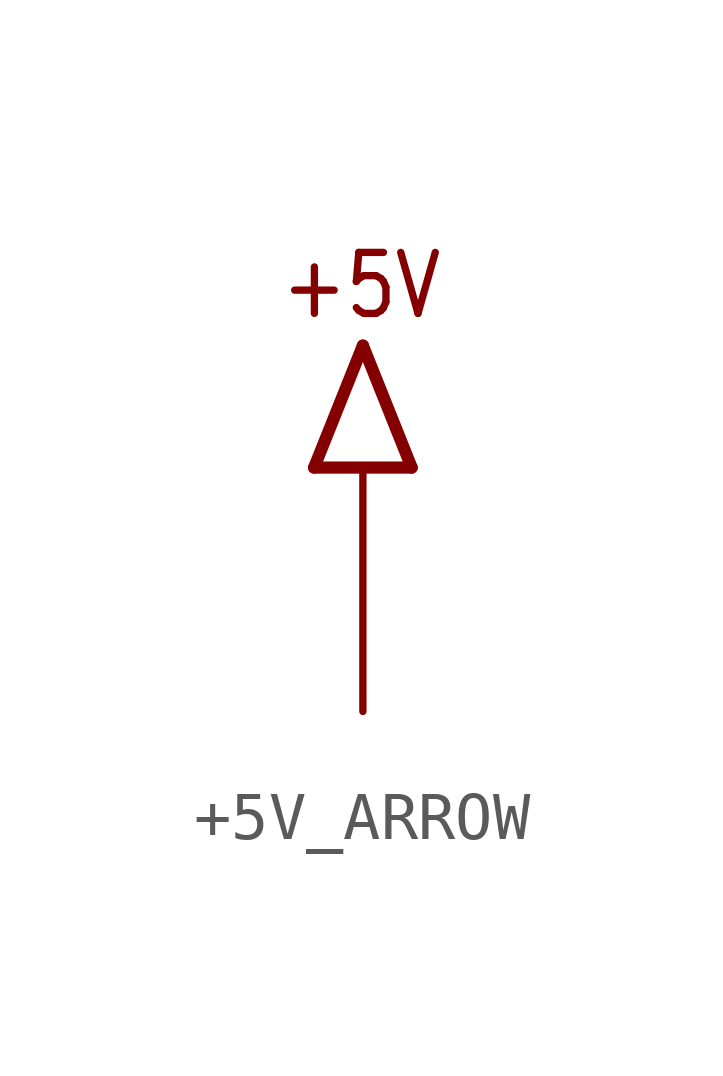
<source format=kicad_sym>
(kicad_symbol_lib
  (version 20220914)
  (generator kicad_symbol_editor)
  (symbol "+5V_ARROW"
    (power)
    (property "Reference" ""
      (at 0 0 0)
      (effects (font (size 1.27 1.27)) hide))
    (property "ki_locked" ""
      (at 0 0 0)
      (effects (font (size 1.27 1.27))))
    (symbol "+5V_ARROW_1_0"
      (polyline (pts (xy -1.016 0) (xy 1.016 0)) (stroke (width 0.254) (type solid)) (fill (type none)))
      (polyline (pts (xy 0 2.54) (xy -1.016 0)) (stroke (width 0.254) (type solid)) (fill (type none)))
      (polyline (pts (xy 1.016 0) (xy 0 2.54)) (stroke (width 0.254) (type solid)) (fill (type none)))
      (text "+5V" (at -1.778 3.048 0) (effects (font (size 1.27 1.079)) (justify left bottom)))
      (pin power_in line (at 0 -5.08 90) (length 5.08) (name "+5V" (effects (font (size 0 0)))) (number "1" (effects (font (size 0 0))))))))
</source>
